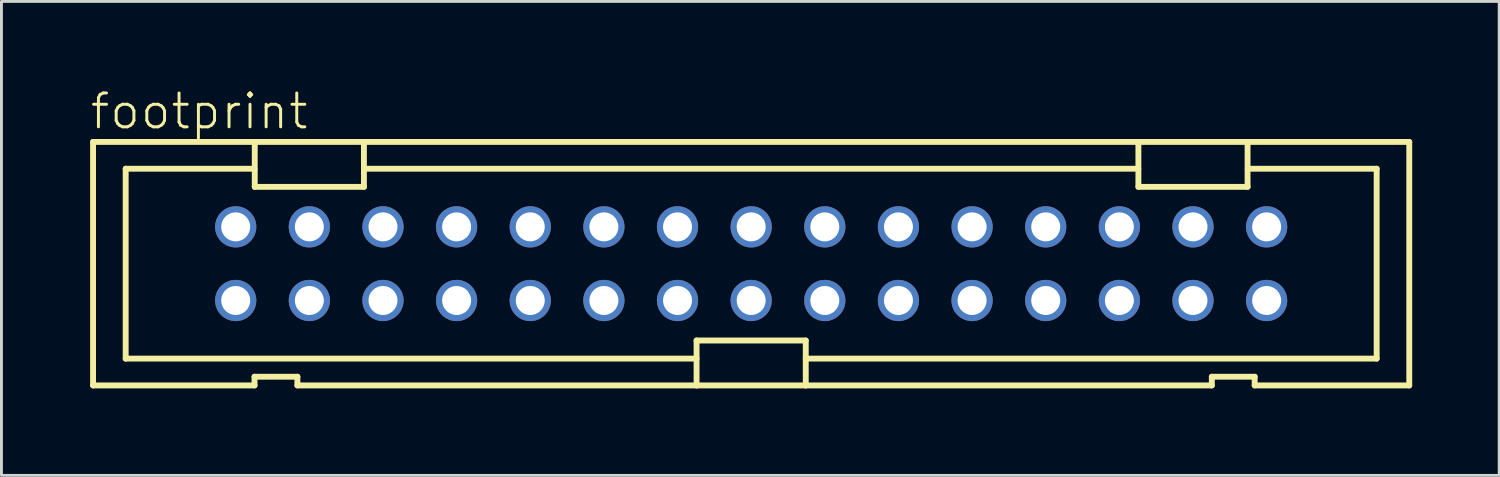
<source format=kicad_pcb>
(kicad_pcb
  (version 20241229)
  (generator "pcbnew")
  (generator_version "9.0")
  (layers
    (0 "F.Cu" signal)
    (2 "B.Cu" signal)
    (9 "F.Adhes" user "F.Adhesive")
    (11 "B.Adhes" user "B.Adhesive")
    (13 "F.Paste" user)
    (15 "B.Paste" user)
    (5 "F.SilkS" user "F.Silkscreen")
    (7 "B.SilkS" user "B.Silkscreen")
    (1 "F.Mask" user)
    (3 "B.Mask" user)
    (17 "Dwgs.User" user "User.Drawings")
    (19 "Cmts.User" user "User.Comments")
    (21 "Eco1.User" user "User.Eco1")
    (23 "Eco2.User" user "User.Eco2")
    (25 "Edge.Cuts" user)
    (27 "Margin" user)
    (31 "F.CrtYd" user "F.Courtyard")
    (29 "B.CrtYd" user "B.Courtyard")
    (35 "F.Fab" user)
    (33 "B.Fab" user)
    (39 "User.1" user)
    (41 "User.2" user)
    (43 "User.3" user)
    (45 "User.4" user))
  (footprint "footprint"
    (layer "F.Cu")
    (at 22.86 6.045)
    (property "Reference" "footprint" (at -22.86 -4.572 0) (layer "F.SilkS") (effects (font (size 1.168 1.168) (thickness 0.102)) (justify left bottom)))
    (fp_line (start -22.7 -4.2) (end -17.123 -4.2) (stroke (width 0.203) (type solid)) (layer "F.SilkS"))
    (fp_line (start -22.7 4.2) (end -22.7 -4.2) (stroke (width 0.203) (type solid)) (layer "F.SilkS"))
    (fp_line (start -21.575 -3.275) (end -17.13 -3.275) (stroke (width 0.203) (type solid)) (layer "F.SilkS"))
    (fp_line (start -21.575 3.275) (end -21.575 -3.275) (stroke (width 0.203) (type solid)) (layer "F.SilkS"))
    (fp_line (start -17.131 3.9) (end -17.131 4.2) (stroke (width 0.203) (type solid)) (layer "F.SilkS"))
    (fp_line (start -17.131 4.2) (end -22.7 4.2) (stroke (width 0.203) (type solid)) (layer "F.SilkS"))
    (fp_line (start -17.123 -4.2) (end -17.123 -2.65) (stroke (width 0.203) (type solid)) (layer "F.SilkS"))
    (fp_line (start -17.123 -4.2) (end -13.357 -4.2) (stroke (width 0.203) (type solid)) (layer "F.SilkS"))
    (fp_line (start -17.123 -2.65) (end -13.357 -2.65) (stroke (width 0.203) (type solid)) (layer "F.SilkS"))
    (fp_line (start -15.652 3.9) (end -17.131 3.9) (stroke (width 0.203) (type solid)) (layer "F.SilkS"))
    (fp_line (start -15.652 4.2) (end -15.652 3.9) (stroke (width 0.203) (type solid)) (layer "F.SilkS"))
    (fp_line (start -13.357 -4.2) (end 13.357 -4.2) (stroke (width 0.203) (type solid)) (layer "F.SilkS"))
    (fp_line (start -13.357 -2.65) (end -13.357 -4.2) (stroke (width 0.203) (type solid)) (layer "F.SilkS"))
    (fp_line (start -13.355 -3.275) (end 13.355 -3.275) (stroke (width 0.203) (type solid)) (layer "F.SilkS"))
    (fp_line (start -1.883 2.65) (end -1.883 4.2) (stroke (width 0.203) (type solid)) (layer "F.SilkS"))
    (fp_line (start -1.883 3.275) (end -21.575 3.275) (stroke (width 0.203) (type solid)) (layer "F.SilkS"))
    (fp_line (start -1.883 4.2) (end -15.652 4.2) (stroke (width 0.203) (type solid)) (layer "F.SilkS"))
    (fp_line (start 1.883 2.65) (end -1.883 2.65) (stroke (width 0.203) (type solid)) (layer "F.SilkS"))
    (fp_line (start 1.883 4.2) (end -1.883 4.2) (stroke (width 0.203) (type solid)) (layer "F.SilkS"))
    (fp_line (start 1.883 4.2) (end 1.883 2.65) (stroke (width 0.203) (type solid)) (layer "F.SilkS"))
    (fp_line (start 13.357 -4.2) (end 13.357 -2.65) (stroke (width 0.203) (type solid)) (layer "F.SilkS"))
    (fp_line (start 13.357 -4.2) (end 17.123 -4.2) (stroke (width 0.203) (type solid)) (layer "F.SilkS"))
    (fp_line (start 13.357 -2.65) (end 17.123 -2.65) (stroke (width 0.203) (type solid)) (layer "F.SilkS"))
    (fp_line (start 15.889 3.9) (end 15.889 4.2) (stroke (width 0.203) (type solid)) (layer "F.SilkS"))
    (fp_line (start 15.889 4.2) (end 1.883 4.2) (stroke (width 0.203) (type solid)) (layer "F.SilkS"))
    (fp_line (start 17.123 -4.2) (end 22.7 -4.2) (stroke (width 0.203) (type solid)) (layer "F.SilkS"))
    (fp_line (start 17.123 -2.65) (end 17.123 -4.2) (stroke (width 0.203) (type solid)) (layer "F.SilkS"))
    (fp_line (start 17.13 -3.275) (end 21.575 -3.275) (stroke (width 0.203) (type solid)) (layer "F.SilkS"))
    (fp_line (start 17.368 3.9) (end 15.889 3.9) (stroke (width 0.203) (type solid)) (layer "F.SilkS"))
    (fp_line (start 17.368 4.2) (end 17.368 3.9) (stroke (width 0.203) (type solid)) (layer "F.SilkS"))
    (fp_line (start 21.575 -3.275) (end 21.575 3.275) (stroke (width 0.203) (type solid)) (layer "F.SilkS"))
    (fp_line (start 21.575 3.275) (end 1.883 3.275) (stroke (width 0.203) (type solid)) (layer "F.SilkS"))
    (fp_line (start 22.7 -4.2) (end 22.7 4.2) (stroke (width 0.203) (type solid)) (layer "F.SilkS"))
    (fp_line (start 22.7 4.2) (end 17.368 4.2) (stroke (width 0.203) (type solid)) (layer "F.SilkS"))
    (pad "1" thru_hole circle (at -17.78 1.27) (size 1.422 1.422) (drill 1) (layers "*.Cu" "*.Mask"))
    (pad "2" thru_hole circle (at -17.78 -1.27) (size 1.422 1.422) (drill 1) (layers "*.Cu" "*.Mask"))
    (pad "3" thru_hole circle (at -15.24 1.27) (size 1.422 1.422) (drill 1) (layers "*.Cu" "*.Mask"))
    (pad "4" thru_hole circle (at -15.24 -1.27) (size 1.422 1.422) (drill 1) (layers "*.Cu" "*.Mask"))
    (pad "5" thru_hole circle (at -12.7 1.27) (size 1.422 1.422) (drill 1) (layers "*.Cu" "*.Mask"))
    (pad "6" thru_hole circle (at -12.7 -1.27) (size 1.422 1.422) (drill 1) (layers "*.Cu" "*.Mask"))
    (pad "7" thru_hole circle (at -10.16 1.27) (size 1.422 1.422) (drill 1) (layers "*.Cu" "*.Mask"))
    (pad "8" thru_hole circle (at -10.16 -1.27) (size 1.422 1.422) (drill 1) (layers "*.Cu" "*.Mask"))
    (pad "9" thru_hole circle (at -7.62 1.27) (size 1.422 1.422) (drill 1) (layers "*.Cu" "*.Mask"))
    (pad "10" thru_hole circle (at -7.62 -1.27) (size 1.422 1.422) (drill 1) (layers "*.Cu" "*.Mask"))
    (pad "11" thru_hole circle (at -5.08 1.27) (size 1.422 1.422) (drill 1) (layers "*.Cu" "*.Mask"))
    (pad "12" thru_hole circle (at -5.08 -1.27) (size 1.422 1.422) (drill 1) (layers "*.Cu" "*.Mask"))
    (pad "13" thru_hole circle (at -2.54 1.27) (size 1.422 1.422) (drill 1) (layers "*.Cu" "*.Mask"))
    (pad "14" thru_hole circle (at -2.54 -1.27) (size 1.422 1.422) (drill 1) (layers "*.Cu" "*.Mask"))
    (pad "15" thru_hole circle (at 0 1.27) (size 1.422 1.422) (drill 1) (layers "*.Cu" "*.Mask"))
    (pad "16" thru_hole circle (at 0 -1.27) (size 1.422 1.422) (drill 1) (layers "*.Cu" "*.Mask"))
    (pad "17" thru_hole circle (at 2.54 1.27) (size 1.422 1.422) (drill 1) (layers "*.Cu" "*.Mask"))
    (pad "18" thru_hole circle (at 2.54 -1.27) (size 1.422 1.422) (drill 1) (layers "*.Cu" "*.Mask"))
    (pad "19" thru_hole circle (at 5.08 1.27) (size 1.422 1.422) (drill 1) (layers "*.Cu" "*.Mask"))
    (pad "20" thru_hole circle (at 5.08 -1.27) (size 1.422 1.422) (drill 1) (layers "*.Cu" "*.Mask"))
    (pad "21" thru_hole circle (at 7.62 1.27) (size 1.422 1.422) (drill 1) (layers "*.Cu" "*.Mask"))
    (pad "22" thru_hole circle (at 7.62 -1.27) (size 1.422 1.422) (drill 1) (layers "*.Cu" "*.Mask"))
    (pad "23" thru_hole circle (at 10.16 1.27) (size 1.422 1.422) (drill 1) (layers "*.Cu" "*.Mask"))
    (pad "24" thru_hole circle (at 10.16 -1.27) (size 1.422 1.422) (drill 1) (layers "*.Cu" "*.Mask"))
    (pad "25" thru_hole circle (at 12.7 1.27) (size 1.422 1.422) (drill 1) (layers "*.Cu" "*.Mask"))
    (pad "26" thru_hole circle (at 12.7 -1.27) (size 1.422 1.422) (drill 1) (layers "*.Cu" "*.Mask"))
    (pad "27" thru_hole circle (at 15.24 1.27) (size 1.422 1.422) (drill 1) (layers "*.Cu" "*.Mask"))
    (pad "28" thru_hole circle (at 15.24 -1.27) (size 1.422 1.422) (drill 1) (layers "*.Cu" "*.Mask"))
    (pad "29" thru_hole circle (at 17.78 1.27) (size 1.422 1.422) (drill 1) (layers "*.Cu" "*.Mask"))
    (pad "30" thru_hole circle (at 17.78 -1.27) (size 1.422 1.422) (drill 1) (layers "*.Cu" "*.Mask")))
  (gr_rect
    (start -3 -3)
    (end 48.662 13.347)
    (stroke (width 0.1) (type default))
    (fill no)
    (layer "Edge.Cuts")))
</source>
